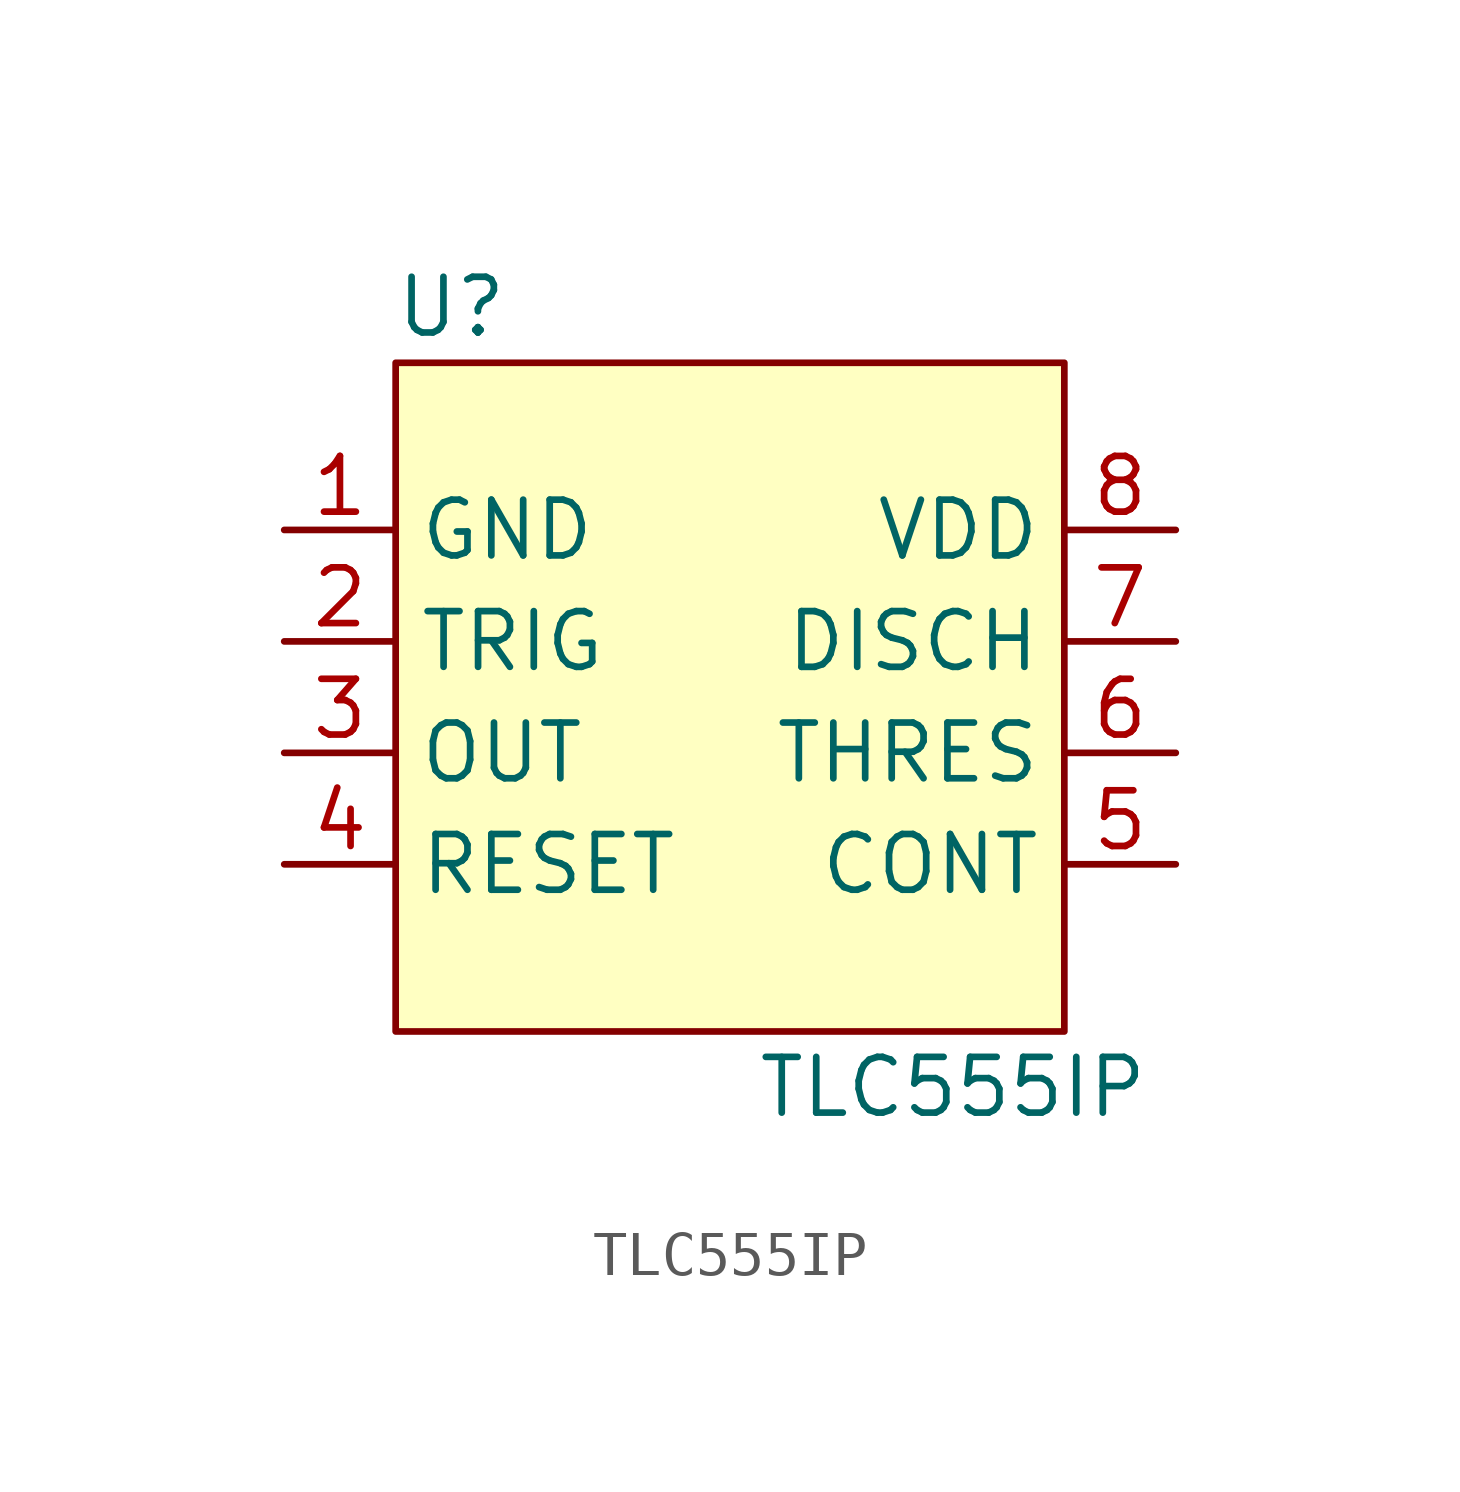
<source format=kicad_sym>
(kicad_symbol_lib
  (version 20220914)
  (generator kicad_symbol_editor)
  (symbol "TLC555IP"
    (property "Reference" "U"
      (at -6.35 8.89 0)
      (effects (font (size 1.27 1.27))))
    (property "Value" "TLC555IP"
      (at 5.08 -8.89 0)
      (effects (font (size 1.27 1.27))))
    (symbol "TLC555IP_0_0"
      (pin power_out line (at -10.16 3.81 0) (length 2.54) (name "GND" (effects (font (size 1.27 1.27)))) (number "1" (effects (font (size 1.27 1.27)))))
      (pin input line (at -10.16 1.27 0) (length 2.54) (name "TRIG" (effects (font (size 1.27 1.27)))) (number "2" (effects (font (size 1.27 1.27)))))
      (pin output line (at -10.16 -1.27 0) (length 2.54) (name "OUT" (effects (font (size 1.27 1.27)))) (number "3" (effects (font (size 1.27 1.27)))))
      (pin input line (at -10.16 -3.81 0) (length 2.54) (name "RESET" (effects (font (size 1.27 1.27)))) (number "4" (effects (font (size 1.27 1.27)))))
      (pin input line (at 10.16 -3.81 180) (length 2.54) (name "CONT" (effects (font (size 1.27 1.27)))) (number "5" (effects (font (size 1.27 1.27)))))
      (pin input line (at 10.16 -1.27 180) (length 2.54) (name "THRES" (effects (font (size 1.27 1.27)))) (number "6" (effects (font (size 1.27 1.27)))))
      (pin output line (at 10.16 1.27 180) (length 2.54) (name "DISCH" (effects (font (size 1.27 1.27)))) (number "7" (effects (font (size 1.27 1.27)))))
      (pin power_in line (at 10.16 3.81 180) (length 2.54) (name "VDD" (effects (font (size 1.27 1.27)))) (number "8" (effects (font (size 1.27 1.27))))))
    (symbol "TLC555IP_1_1"
      (rectangle (start -7.62 7.62) (end 7.62 -7.62) (stroke (width 0) (type default)) (fill (type background))))))
</source>
